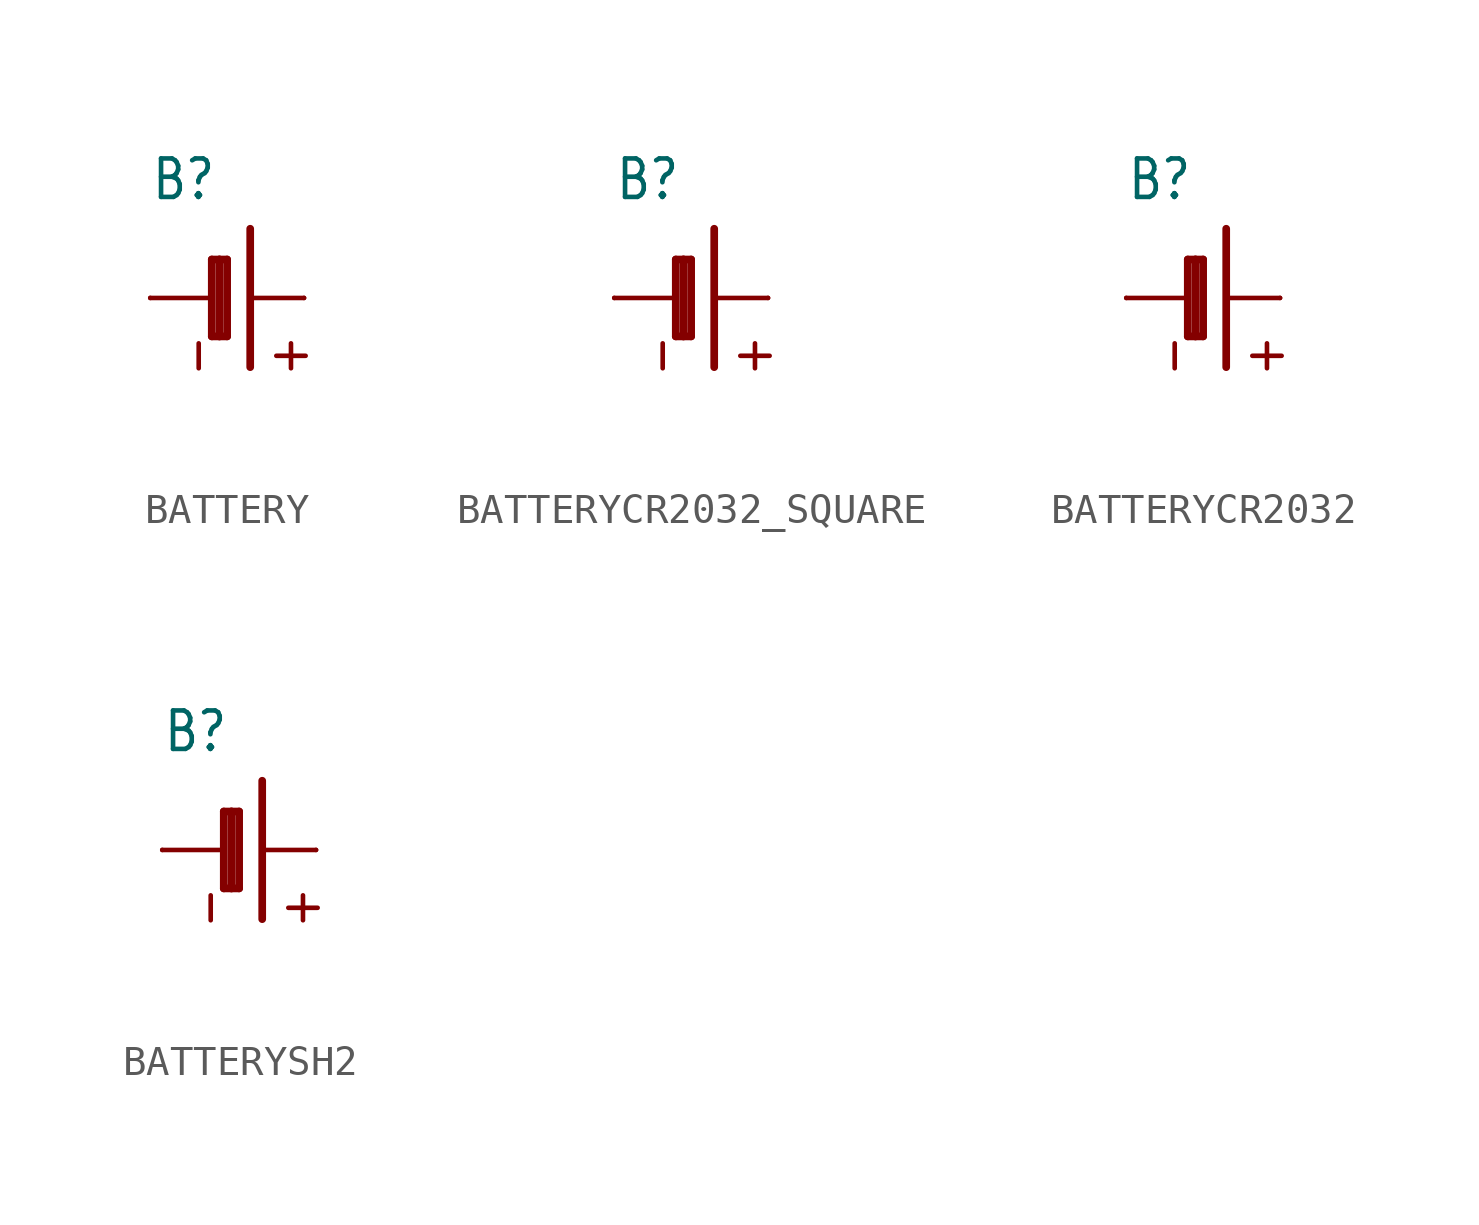
<source format=kicad_sym>
(kicad_symbol_lib
  (version 20231120)
  (generator "kicad_symbol_editor")
  (generator_version "8.0")
  (symbol "BATTERY"
    (property "Reference" "B"
      (at -2.54 3.175 0)
      (effects (font (size 1.27 1.079)) (justify left bottom)))
    (property "Value" ""
      (at -2.54 -5.08 0)
      (effects (font (size 1.27 1.079)) (justify left bottom)))
    (property "ki_locked" ""
      (at 0 0 0)
      (effects (font (size 1.27 1.27))))
    (symbol "BATTERY_1_0"
      (polyline (pts (xy -2.54 0) (xy -0.635 0)) (stroke (width 0.152) (type solid)) (fill (type none)))
      (polyline (pts (xy -0.508 -1.27) (xy -0.508 1.27)) (stroke (width 0.254) (type solid)) (fill (type none)))
      (polyline (pts (xy -0.508 1.27) (xy -0.254 1.27)) (stroke (width 0.254) (type solid)) (fill (type none)))
      (polyline (pts (xy -0.254 -1.27) (xy -0.508 -1.27)) (stroke (width 0.254) (type solid)) (fill (type none)))
      (polyline (pts (xy -0.254 1.27) (xy -0.254 -1.27)) (stroke (width 0.254) (type solid)) (fill (type none)))
      (polyline (pts (xy -0.254 1.27) (xy 0 1.27)) (stroke (width 0.254) (type solid)) (fill (type none)))
      (polyline (pts (xy 0 -1.27) (xy -0.254 -1.27)) (stroke (width 0.254) (type solid)) (fill (type none)))
      (polyline (pts (xy 0 1.27) (xy 0 -1.27)) (stroke (width 0.254) (type solid)) (fill (type none)))
      (polyline (pts (xy 0.762 2.286) (xy 0.762 -2.286)) (stroke (width 0.254) (type solid)) (fill (type none)))
      (polyline (pts (xy 0.889 0) (xy 2.54 0)) (stroke (width 0.152) (type solid)) (fill (type none)))
      (text "+" (at 1.27 -1.143 900) (effects (font (size 1.27 1.079)) (justify right top)))
      (text "-" (at -1.778 -1.143 900) (effects (font (size 1.27 1.079)) (justify right top)))
      (pin passive line (at -2.54 0 0) (length 0) (name "-" (effects (font (size 0 0)))) (number "1" (effects (font (size 0 0)))))
      (pin passive line (at 2.54 0 180) (length 0) (name "+" (effects (font (size 0 0)))) (number "2" (effects (font (size 0 0)))))))
  (symbol "BATTERYCR2032_SQUARE"
    (property "Reference" "B"
      (at -2.54 3.175 0)
      (effects (font (size 1.27 1.079)) (justify left bottom)))
    (property "Value" ""
      (at -2.54 -5.08 0)
      (effects (font (size 1.27 1.079)) (justify left bottom)))
    (property "ki_locked" ""
      (at 0 0 0)
      (effects (font (size 1.27 1.27))))
    (symbol "BATTERYCR2032_SQUARE_1_0"
      (polyline (pts (xy -2.54 0) (xy -0.635 0)) (stroke (width 0.152) (type solid)) (fill (type none)))
      (polyline (pts (xy -0.508 -1.27) (xy -0.508 1.27)) (stroke (width 0.254) (type solid)) (fill (type none)))
      (polyline (pts (xy -0.508 1.27) (xy -0.254 1.27)) (stroke (width 0.254) (type solid)) (fill (type none)))
      (polyline (pts (xy -0.254 -1.27) (xy -0.508 -1.27)) (stroke (width 0.254) (type solid)) (fill (type none)))
      (polyline (pts (xy -0.254 1.27) (xy -0.254 -1.27)) (stroke (width 0.254) (type solid)) (fill (type none)))
      (polyline (pts (xy -0.254 1.27) (xy 0 1.27)) (stroke (width 0.254) (type solid)) (fill (type none)))
      (polyline (pts (xy 0 -1.27) (xy -0.254 -1.27)) (stroke (width 0.254) (type solid)) (fill (type none)))
      (polyline (pts (xy 0 1.27) (xy 0 -1.27)) (stroke (width 0.254) (type solid)) (fill (type none)))
      (polyline (pts (xy 0.762 2.286) (xy 0.762 -2.286)) (stroke (width 0.254) (type solid)) (fill (type none)))
      (polyline (pts (xy 0.889 0) (xy 2.54 0)) (stroke (width 0.152) (type solid)) (fill (type none)))
      (text "+" (at 1.27 -1.143 900) (effects (font (size 1.27 1.079)) (justify right top)))
      (text "-" (at -1.778 -1.143 900) (effects (font (size 1.27 1.079)) (justify right top)))
      (pin passive line (at -2.54 0 0) (length 0) (name "-" (effects (font (size 0 0)))) (number "NEG" (effects (font (size 0 0)))))
      (pin passive line (at 2.54 0 180) (length 0) (name "+" (effects (font (size 0 0)))) (number "POS" (effects (font (size 0 0)))))))
  (symbol "BATTERYCR2032"
    (property "Reference" "B"
      (at -2.54 3.175 0)
      (effects (font (size 1.27 1.079)) (justify left bottom)))
    (property "Value" ""
      (at -2.54 -5.08 0)
      (effects (font (size 1.27 1.079)) (justify left bottom)))
    (property "ki_locked" ""
      (at 0 0 0)
      (effects (font (size 1.27 1.27))))
    (symbol "BATTERYCR2032_1_0"
      (polyline (pts (xy -2.54 0) (xy -0.635 0)) (stroke (width 0.152) (type solid)) (fill (type none)))
      (polyline (pts (xy -0.508 -1.27) (xy -0.508 1.27)) (stroke (width 0.254) (type solid)) (fill (type none)))
      (polyline (pts (xy -0.508 1.27) (xy -0.254 1.27)) (stroke (width 0.254) (type solid)) (fill (type none)))
      (polyline (pts (xy -0.254 -1.27) (xy -0.508 -1.27)) (stroke (width 0.254) (type solid)) (fill (type none)))
      (polyline (pts (xy -0.254 1.27) (xy -0.254 -1.27)) (stroke (width 0.254) (type solid)) (fill (type none)))
      (polyline (pts (xy -0.254 1.27) (xy 0 1.27)) (stroke (width 0.254) (type solid)) (fill (type none)))
      (polyline (pts (xy 0 -1.27) (xy -0.254 -1.27)) (stroke (width 0.254) (type solid)) (fill (type none)))
      (polyline (pts (xy 0 1.27) (xy 0 -1.27)) (stroke (width 0.254) (type solid)) (fill (type none)))
      (polyline (pts (xy 0.762 2.286) (xy 0.762 -2.286)) (stroke (width 0.254) (type solid)) (fill (type none)))
      (polyline (pts (xy 0.889 0) (xy 2.54 0)) (stroke (width 0.152) (type solid)) (fill (type none)))
      (text "+" (at 1.27 -1.143 900) (effects (font (size 1.27 1.079)) (justify right top)))
      (text "-" (at -1.778 -1.143 900) (effects (font (size 1.27 1.079)) (justify right top)))
      (pin passive line (at 2.54 0 180) (length 0) (name "+" (effects (font (size 0 0)))) (number "+" (effects (font (size 0 0)))))
      (pin passive line (at -2.54 0 0) (length 0) (name "-" (effects (font (size 0 0)))) (number "-" (effects (font (size 0 0)))))))
  (symbol "BATTERYSH2"
    (property "Reference" "B"
      (at -2.54 3.175 0)
      (effects (font (size 1.27 1.079)) (justify left bottom)))
    (property "Value" ""
      (at -2.54 -5.08 0)
      (effects (font (size 1.27 1.079)) (justify left bottom)))
    (property "ki_locked" ""
      (at 0 0 0)
      (effects (font (size 1.27 1.27))))
    (symbol "BATTERYSH2_1_0"
      (polyline (pts (xy -2.54 0) (xy -0.635 0)) (stroke (width 0.152) (type solid)) (fill (type none)))
      (polyline (pts (xy -0.508 -1.27) (xy -0.508 1.27)) (stroke (width 0.254) (type solid)) (fill (type none)))
      (polyline (pts (xy -0.508 1.27) (xy -0.254 1.27)) (stroke (width 0.254) (type solid)) (fill (type none)))
      (polyline (pts (xy -0.254 -1.27) (xy -0.508 -1.27)) (stroke (width 0.254) (type solid)) (fill (type none)))
      (polyline (pts (xy -0.254 1.27) (xy -0.254 -1.27)) (stroke (width 0.254) (type solid)) (fill (type none)))
      (polyline (pts (xy -0.254 1.27) (xy 0 1.27)) (stroke (width 0.254) (type solid)) (fill (type none)))
      (polyline (pts (xy 0 -1.27) (xy -0.254 -1.27)) (stroke (width 0.254) (type solid)) (fill (type none)))
      (polyline (pts (xy 0 1.27) (xy 0 -1.27)) (stroke (width 0.254) (type solid)) (fill (type none)))
      (polyline (pts (xy 0.762 2.286) (xy 0.762 -2.286)) (stroke (width 0.254) (type solid)) (fill (type none)))
      (polyline (pts (xy 0.889 0) (xy 2.54 0)) (stroke (width 0.152) (type solid)) (fill (type none)))
      (text "+" (at 1.27 -1.143 900) (effects (font (size 1.27 1.079)) (justify right top)))
      (text "-" (at -1.778 -1.143 900) (effects (font (size 1.27 1.079)) (justify right top)))
      (pin passive line (at -2.54 0 0) (length 0) (name "-" (effects (font (size 0 0)))) (number "1" (effects (font (size 0 0)))))
      (pin passive line (at 2.54 0 180) (length 0) (name "+" (effects (font (size 0 0)))) (number "2" (effects (font (size 0 0))))))))
</source>
